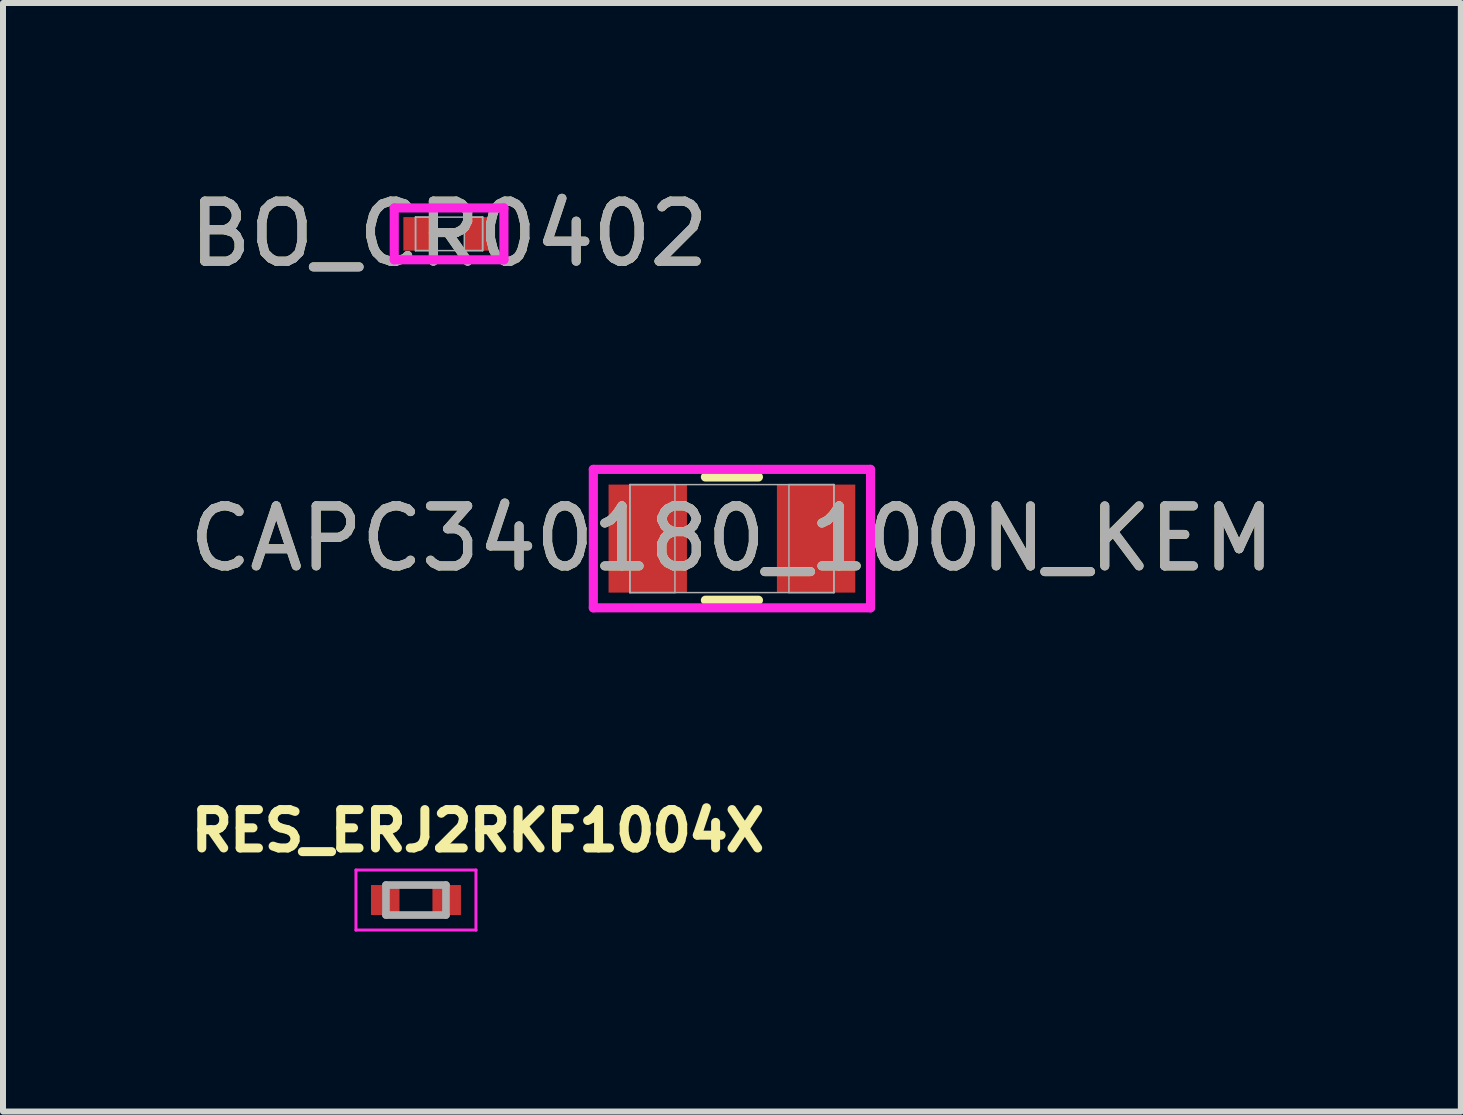
<source format=kicad_pcb>
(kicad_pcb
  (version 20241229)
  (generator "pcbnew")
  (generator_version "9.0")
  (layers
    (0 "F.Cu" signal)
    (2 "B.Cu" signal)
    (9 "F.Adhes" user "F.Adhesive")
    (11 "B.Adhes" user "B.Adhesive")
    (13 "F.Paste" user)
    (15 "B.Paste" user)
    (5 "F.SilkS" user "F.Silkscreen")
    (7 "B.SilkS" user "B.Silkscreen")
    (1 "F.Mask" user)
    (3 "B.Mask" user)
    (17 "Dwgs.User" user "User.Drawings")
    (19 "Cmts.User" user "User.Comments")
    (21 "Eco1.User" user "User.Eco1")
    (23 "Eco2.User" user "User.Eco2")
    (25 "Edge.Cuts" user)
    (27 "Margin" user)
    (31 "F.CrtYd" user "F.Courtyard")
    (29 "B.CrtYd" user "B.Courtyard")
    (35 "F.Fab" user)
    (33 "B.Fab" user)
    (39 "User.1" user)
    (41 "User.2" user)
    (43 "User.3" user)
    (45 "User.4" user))
  (footprint "CAPC340180_100N_KEM"
    (layer "F.Cu")
    (at 9.149 5.927)
    (property "Reference" "CAPC340180_100N_KEM" (at 0 0 0) (unlocked yes) (layer "F.SilkS") (effects (font (size 1 1) (thickness 0.15))))
    (attr smd)
    (fp_line (start -0.442 1.027) (end 0.442 1.027) (stroke (width 0.152) (type solid)) (layer "F.SilkS"))
    (fp_line (start 0.442 -1.027) (end -0.442 -1.027) (stroke (width 0.152) (type solid)) (layer "F.SilkS"))
    (fp_line (start -2.31 -1.154) (end 2.31 -1.154) (stroke (width 0.152) (type solid)) (layer "F.CrtYd"))
    (fp_line (start -2.31 1.154) (end -2.31 -1.154) (stroke (width 0.152) (type solid)) (layer "F.CrtYd"))
    (fp_line (start 2.31 -1.154) (end 2.31 1.154) (stroke (width 0.152) (type solid)) (layer "F.CrtYd"))
    (fp_line (start 2.31 1.154) (end -2.31 1.154) (stroke (width 0.152) (type solid)) (layer "F.CrtYd"))
    (fp_line (start -1.7 -0.9) (end -1.7 0.9) (stroke (width 0.025) (type solid)) (layer "F.Fab"))
    (fp_line (start -1.7 -0.9) (end -1.7 0.9) (stroke (width 0.025) (type solid)) (layer "F.Fab"))
    (fp_line (start -1.7 0.9) (end -0.95 0.9) (stroke (width 0.025) (type solid)) (layer "F.Fab"))
    (fp_line (start -1.7 0.9) (end 1.7 0.9) (stroke (width 0.025) (type solid)) (layer "F.Fab"))
    (fp_line (start -0.95 -0.9) (end -1.7 -0.9) (stroke (width 0.025) (type solid)) (layer "F.Fab"))
    (fp_line (start -0.95 0.9) (end -0.95 -0.9) (stroke (width 0.025) (type solid)) (layer "F.Fab"))
    (fp_line (start 0.95 -0.9) (end 0.95 0.9) (stroke (width 0.025) (type solid)) (layer "F.Fab"))
    (fp_line (start 0.95 0.9) (end 1.7 0.9) (stroke (width 0.025) (type solid)) (layer "F.Fab"))
    (fp_line (start 1.7 -0.9) (end -1.7 -0.9) (stroke (width 0.025) (type solid)) (layer "F.Fab"))
    (fp_line (start 1.7 -0.9) (end 0.95 -0.9) (stroke (width 0.025) (type solid)) (layer "F.Fab"))
    (fp_line (start 1.7 0.9) (end 1.7 -0.9) (stroke (width 0.025) (type solid)) (layer "F.Fab"))
    (fp_line (start 1.7 0.9) (end 1.7 -0.9) (stroke (width 0.025) (type solid)) (layer "F.Fab"))
    (fp_text user "${REFERENCE}" (at 0 0 0) (unlocked yes) (layer "F.Fab") (effects (font (size 1 1) (thickness 0.15))))
    (pad "1" smd rect (at -1.403 0) (size 1.306 1.8) (layers "F.Cu" "F.Mask" "F.Paste"))
    (pad "2" smd rect (at 1.403 0) (size 1.306 1.8) (layers "F.Cu" "F.Mask" "F.Paste"))
    (zone (net_name "") (layer "F.Cu") (hatch full 0.508) (connect_pads) (min_thickness 0.254) (filled_areas_thickness no) (keepout (tracks not_allowed) (vias not_allowed) (pads allowed) (copperpour not_allowed) (footprints allowed)) (placement (enabled no)) (fill) (polygon (pts (xy 8.45 5.077) (xy 9.848 5.077) (xy 9.848 6.776) (xy 8.45 6.776)))))
  (footprint "RES_ERJ2RKF1004X"
    (layer "F.Cu")
    (at 3.883 11.951)
    (property "Reference" "RES_ERJ2RKF1004X" (at 1.032 -1.156 0) (layer "F.SilkS") (effects (font (size 0.64 0.64) (thickness 0.15))))
    (attr smd)
    (fp_line (start -1 -0.5) (end -1 0.5) (stroke (width 0.05) (type solid)) (layer "F.CrtYd"))
    (fp_line (start -1 0.5) (end 1 0.5) (stroke (width 0.05) (type solid)) (layer "F.CrtYd"))
    (fp_line (start 1 -0.5) (end -1 -0.5) (stroke (width 0.05) (type solid)) (layer "F.CrtYd"))
    (fp_line (start 1 0.5) (end 1 -0.5) (stroke (width 0.05) (type solid)) (layer "F.CrtYd"))
    (fp_line (start -0.5 -0.25) (end -0.5 0.25) (stroke (width 0.127) (type solid)) (layer "F.Fab"))
    (fp_line (start -0.5 -0.25) (end 0.5 -0.25) (stroke (width 0.127) (type solid)) (layer "F.Fab"))
    (fp_line (start -0.5 0.25) (end 0.5 0.25) (stroke (width 0.127) (type solid)) (layer "F.Fab"))
    (fp_line (start 0.5 -0.25) (end 0.5 0.25) (stroke (width 0.127) (type solid)) (layer "F.Fab"))
    (pad "1" smd rect (at -0.512 0) (size 0.475 0.5) (layers "F.Cu" "F.Mask" "F.Paste"))
    (pad "2" smd rect (at 0.512 0) (size 0.475 0.5) (layers "F.Cu" "F.Mask" "F.Paste")))
  (footprint "BO_CR0402"
    (layer "F.Cu")
    (at 4.435 0.848)
    (property "Reference" "BO_CR0402" (at 0 0 0) (unlocked yes) (layer "F.SilkS") (effects (font (size 1 1) (thickness 0.15))))
    (attr smd)
    (fp_line (start -0.914 -0.432) (end 0.914 -0.432) (stroke (width 0.152) (type solid)) (layer "F.CrtYd"))
    (fp_line (start -0.914 0.432) (end -0.914 -0.432) (stroke (width 0.152) (type solid)) (layer "F.CrtYd"))
    (fp_line (start 0.914 -0.432) (end 0.914 0.432) (stroke (width 0.152) (type solid)) (layer "F.CrtYd"))
    (fp_line (start 0.914 0.432) (end -0.914 0.432) (stroke (width 0.152) (type solid)) (layer "F.CrtYd"))
    (fp_line (start -0.559 -0.279) (end -0.559 0.279) (stroke (width 0.025) (type solid)) (layer "F.Fab"))
    (fp_line (start -0.559 -0.279) (end -0.559 0.279) (stroke (width 0.025) (type solid)) (layer "F.Fab"))
    (fp_line (start -0.559 0.279) (end -0.254 0.279) (stroke (width 0.025) (type solid)) (layer "F.Fab"))
    (fp_line (start -0.559 0.279) (end 0.559 0.279) (stroke (width 0.025) (type solid)) (layer "F.Fab"))
    (fp_line (start -0.254 -0.279) (end -0.559 -0.279) (stroke (width 0.025) (type solid)) (layer "F.Fab"))
    (fp_line (start -0.254 0.279) (end -0.254 -0.279) (stroke (width 0.025) (type solid)) (layer "F.Fab"))
    (fp_line (start 0.254 -0.279) (end 0.254 0.279) (stroke (width 0.025) (type solid)) (layer "F.Fab"))
    (fp_line (start 0.254 0.279) (end 0.559 0.279) (stroke (width 0.025) (type solid)) (layer "F.Fab"))
    (fp_line (start 0.559 -0.279) (end -0.559 -0.279) (stroke (width 0.025) (type solid)) (layer "F.Fab"))
    (fp_line (start 0.559 -0.279) (end 0.254 -0.279) (stroke (width 0.025) (type solid)) (layer "F.Fab"))
    (fp_line (start 0.559 0.279) (end 0.559 -0.279) (stroke (width 0.025) (type solid)) (layer "F.Fab"))
    (fp_line (start 0.559 0.279) (end 0.559 -0.279) (stroke (width 0.025) (type solid)) (layer "F.Fab"))
    (fp_text user "${REFERENCE}" (at 0 0 0) (unlocked yes) (layer "F.Fab") (effects (font (size 1 1) (thickness 0.15))))
    (pad "1" smd rect (at -0.508 0) (size 0.508 0.559) (layers "F.Cu" "F.Mask" "F.Paste"))
    (pad "2" smd rect (at 0.508 0) (size 0.508 0.559) (layers "F.Cu" "F.Mask" "F.Paste"))
    (zone (net_name "") (layer "F.Cu") (hatch full 0.508) (connect_pads) (min_thickness 0.254) (filled_areas_thickness no) (keepout (tracks not_allowed) (vias not_allowed) (pads allowed) (copperpour not_allowed) (footprints allowed)) (placement (enabled no)) (fill) (polygon (pts (xy 4.231 0.62) (xy 4.638 0.62) (xy 4.638 1.077) (xy 4.231 1.077)))))
  (gr_rect
    (start -3 -3)
    (end 21.298 15.476)
    (stroke (width 0.1) (type default))
    (fill no)
    (layer "Edge.Cuts")))
</source>
